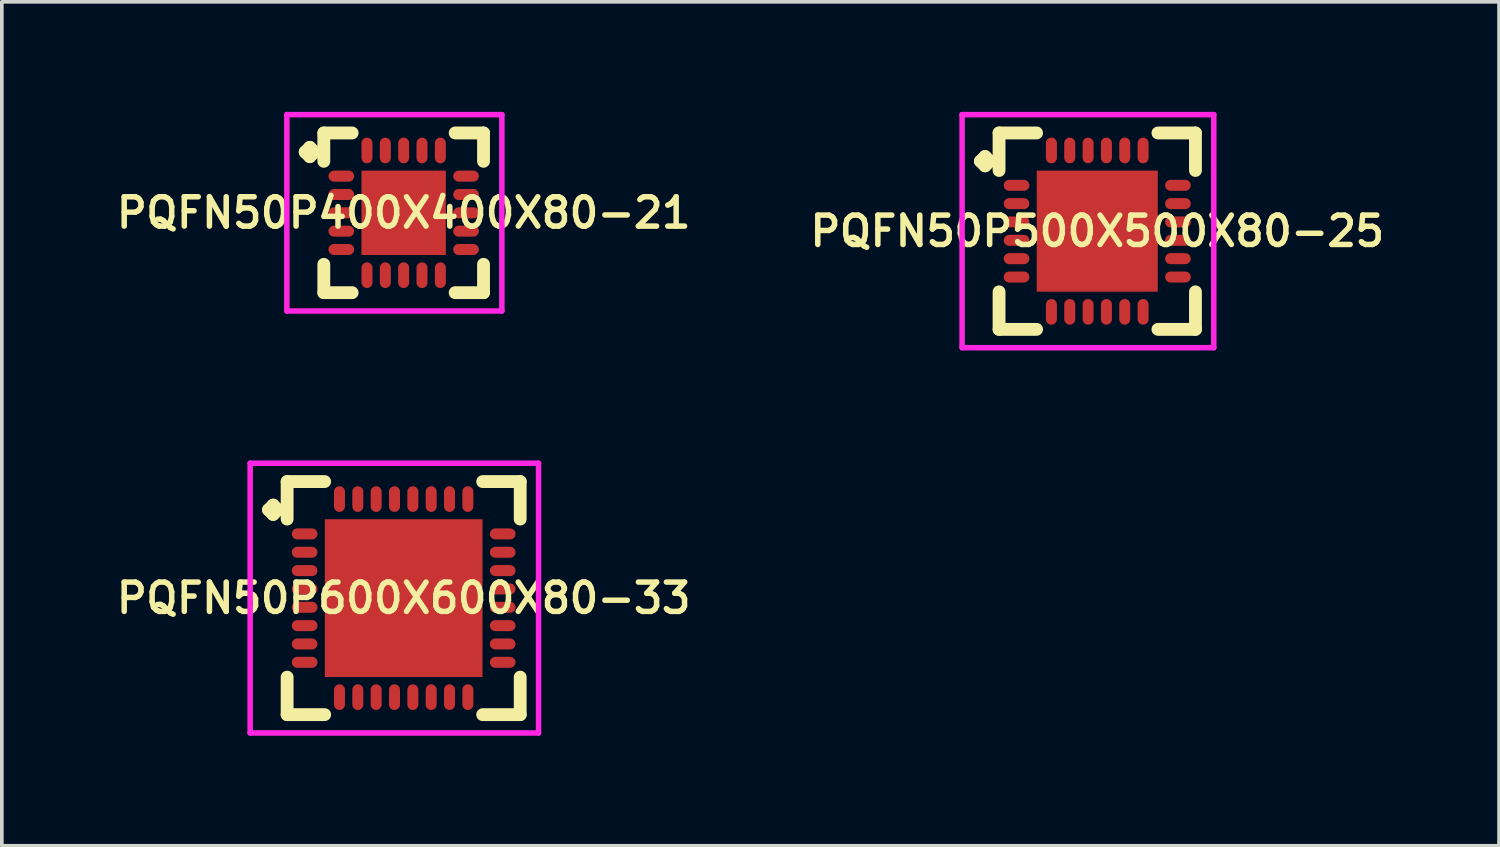
<source format=kicad_pcb>
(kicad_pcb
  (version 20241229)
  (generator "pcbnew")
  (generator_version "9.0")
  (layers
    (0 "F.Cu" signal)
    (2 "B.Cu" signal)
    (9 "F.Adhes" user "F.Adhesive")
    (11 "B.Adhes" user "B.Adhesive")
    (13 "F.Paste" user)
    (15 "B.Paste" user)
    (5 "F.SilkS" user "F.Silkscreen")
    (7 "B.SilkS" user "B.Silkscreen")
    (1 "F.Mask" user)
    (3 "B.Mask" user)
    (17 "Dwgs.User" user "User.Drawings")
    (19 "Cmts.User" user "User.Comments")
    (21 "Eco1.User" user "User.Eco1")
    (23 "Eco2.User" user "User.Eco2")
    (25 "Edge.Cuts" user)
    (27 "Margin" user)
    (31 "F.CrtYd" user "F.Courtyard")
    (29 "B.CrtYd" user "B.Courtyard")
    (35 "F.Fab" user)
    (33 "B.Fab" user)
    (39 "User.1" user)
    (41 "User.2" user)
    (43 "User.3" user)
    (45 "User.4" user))
  (footprint "PQFN50P400X400X80-21"
    (layer "F.Cu")
    (at 7.955 2.752)
    (property "Reference" "PQFN50P400X400X80-21" (at 0 0 0) (layer "F.SilkS") (effects (font (size 0.8 0.8) (thickness 0.15))))
    (attr smd)
    (fp_line (start -2.685 -1.658) (end -2.558 -1.785) (stroke (width 0.35) (type solid)) (layer "F.SilkS"))
    (fp_line (start -2.558 -1.785) (end -2.431 -1.658) (stroke (width 0.35) (type solid)) (layer "F.SilkS"))
    (fp_line (start -2.558 -1.531) (end -2.685 -1.658) (stroke (width 0.35) (type solid)) (layer "F.SilkS"))
    (fp_line (start -2.431 -1.658) (end -2.558 -1.531) (stroke (width 0.35) (type solid)) (layer "F.SilkS"))
    (fp_line (start -2.177 -2.177) (end -1.404 -2.177) (stroke (width 0.35) (type solid)) (layer "F.SilkS"))
    (fp_line (start -2.177 -1.404) (end -2.177 -2.177) (stroke (width 0.35) (type solid)) (layer "F.SilkS"))
    (fp_line (start -2.177 1.404) (end -2.177 2.177) (stroke (width 0.35) (type solid)) (layer "F.SilkS"))
    (fp_line (start -2.177 2.177) (end -1.404 2.177) (stroke (width 0.35) (type solid)) (layer "F.SilkS"))
    (fp_line (start 1.404 -2.177) (end 2.177 -2.177) (stroke (width 0.35) (type solid)) (layer "F.SilkS"))
    (fp_line (start 1.404 2.177) (end 2.177 2.177) (stroke (width 0.35) (type solid)) (layer "F.SilkS"))
    (fp_line (start 2.177 -2.177) (end 2.177 -1.404) (stroke (width 0.35) (type solid)) (layer "F.SilkS"))
    (fp_line (start 2.177 2.177) (end 2.177 1.404) (stroke (width 0.35) (type solid)) (layer "F.SilkS"))
    (fp_line (start -3.185 -2.677) (end 2.677 -2.677) (stroke (width 0.15) (type solid)) (layer "F.CrtYd"))
    (fp_line (start -3.185 2.677) (end -3.185 -2.677) (stroke (width 0.15) (type solid)) (layer "F.CrtYd"))
    (fp_line (start 2.677 -2.677) (end 2.677 2.677) (stroke (width 0.15) (type solid)) (layer "F.CrtYd"))
    (fp_line (start 2.677 2.677) (end -3.185 2.677) (stroke (width 0.15) (type solid)) (layer "F.CrtYd"))
    (pad "1" smd oval (at -1.7 -1) (size 0.7 0.3) (layers "F.Cu" "F.Mask" "F.Paste"))
    (pad "2" smd oval (at -1.7 -0.5) (size 0.7 0.3) (layers "F.Cu" "F.Mask" "F.Paste"))
    (pad "3" smd oval (at -1.7 0) (size 0.7 0.3) (layers "F.Cu" "F.Mask" "F.Paste"))
    (pad "4" smd oval (at -1.7 0.5) (size 0.7 0.3) (layers "F.Cu" "F.Mask" "F.Paste"))
    (pad "5" smd oval (at -1.7 1) (size 0.7 0.3) (layers "F.Cu" "F.Mask" "F.Paste"))
    (pad "6" smd oval (at -1 1.7) (size 0.3 0.7) (layers "F.Cu" "F.Mask" "F.Paste"))
    (pad "7" smd oval (at -0.5 1.7) (size 0.3 0.7) (layers "F.Cu" "F.Mask" "F.Paste"))
    (pad "8" smd oval (at 0 1.7) (size 0.3 0.7) (layers "F.Cu" "F.Mask" "F.Paste"))
    (pad "9" smd oval (at 0.5 1.7) (size 0.3 0.7) (layers "F.Cu" "F.Mask" "F.Paste"))
    (pad "10" smd oval (at 1 1.7) (size 0.3 0.7) (layers "F.Cu" "F.Mask" "F.Paste"))
    (pad "11" smd oval (at 1.7 1) (size 0.7 0.3) (layers "F.Cu" "F.Mask" "F.Paste"))
    (pad "12" smd oval (at 1.7 0.5) (size 0.7 0.3) (layers "F.Cu" "F.Mask" "F.Paste"))
    (pad "13" smd oval (at 1.7 0) (size 0.7 0.3) (layers "F.Cu" "F.Mask" "F.Paste"))
    (pad "14" smd oval (at 1.7 -0.5) (size 0.7 0.3) (layers "F.Cu" "F.Mask" "F.Paste"))
    (pad "15" smd oval (at 1.7 -1) (size 0.7 0.3) (layers "F.Cu" "F.Mask" "F.Paste"))
    (pad "16" smd oval (at 1 -1.7) (size 0.3 0.7) (layers "F.Cu" "F.Mask" "F.Paste"))
    (pad "17" smd oval (at 0.5 -1.7) (size 0.3 0.7) (layers "F.Cu" "F.Mask" "F.Paste"))
    (pad "18" smd oval (at 0 -1.7) (size 0.3 0.7) (layers "F.Cu" "F.Mask" "F.Paste"))
    (pad "19" smd oval (at -0.5 -1.7) (size 0.3 0.7) (layers "F.Cu" "F.Mask" "F.Paste"))
    (pad "20" smd oval (at -1 -1.7) (size 0.3 0.7) (layers "F.Cu" "F.Mask" "F.Paste"))
    (pad "21" smd rect (at 0 0) (size 2.3 2.3) (layers "F.Cu" "F.Mask" "F.Paste")))
  (footprint "PQFN50P500X500X80-25"
    (layer "F.Cu")
    (at 26.864 3.252)
    (property "Reference" "PQFN50P500X500X80-25" (at 0 0 0) (layer "F.SilkS") (effects (font (size 0.8 0.8) (thickness 0.15))))
    (attr smd)
    (fp_line (start -3.185 -1.908) (end -3.058 -2.035) (stroke (width 0.35) (type solid)) (layer "F.SilkS"))
    (fp_line (start -3.058 -2.035) (end -2.931 -1.908) (stroke (width 0.35) (type solid)) (layer "F.SilkS"))
    (fp_line (start -3.058 -1.781) (end -3.185 -1.908) (stroke (width 0.35) (type solid)) (layer "F.SilkS"))
    (fp_line (start -2.931 -1.908) (end -3.058 -1.781) (stroke (width 0.35) (type solid)) (layer "F.SilkS"))
    (fp_line (start -2.677 -2.677) (end -1.654 -2.677) (stroke (width 0.35) (type solid)) (layer "F.SilkS"))
    (fp_line (start -2.677 -1.654) (end -2.677 -2.677) (stroke (width 0.35) (type solid)) (layer "F.SilkS"))
    (fp_line (start -2.677 1.654) (end -2.677 2.677) (stroke (width 0.35) (type solid)) (layer "F.SilkS"))
    (fp_line (start -2.677 2.677) (end -1.654 2.677) (stroke (width 0.35) (type solid)) (layer "F.SilkS"))
    (fp_line (start 1.654 -2.677) (end 2.677 -2.677) (stroke (width 0.35) (type solid)) (layer "F.SilkS"))
    (fp_line (start 1.654 2.677) (end 2.677 2.677) (stroke (width 0.35) (type solid)) (layer "F.SilkS"))
    (fp_line (start 2.677 -2.677) (end 2.677 -1.654) (stroke (width 0.35) (type solid)) (layer "F.SilkS"))
    (fp_line (start 2.677 2.677) (end 2.677 1.654) (stroke (width 0.35) (type solid)) (layer "F.SilkS"))
    (fp_line (start -3.685 -3.177) (end 3.177 -3.177) (stroke (width 0.15) (type solid)) (layer "F.CrtYd"))
    (fp_line (start -3.685 3.177) (end -3.685 -3.177) (stroke (width 0.15) (type solid)) (layer "F.CrtYd"))
    (fp_line (start 3.177 -3.177) (end 3.177 3.177) (stroke (width 0.15) (type solid)) (layer "F.CrtYd"))
    (fp_line (start 3.177 3.177) (end -3.685 3.177) (stroke (width 0.15) (type solid)) (layer "F.CrtYd"))
    (pad "1" smd oval (at -2.2 -1.25) (size 0.7 0.3) (layers "F.Cu" "F.Mask" "F.Paste"))
    (pad "2" smd oval (at -2.2 -0.75) (size 0.7 0.3) (layers "F.Cu" "F.Mask" "F.Paste"))
    (pad "3" smd oval (at -2.2 -0.25) (size 0.7 0.3) (layers "F.Cu" "F.Mask" "F.Paste"))
    (pad "4" smd oval (at -2.2 0.25) (size 0.7 0.3) (layers "F.Cu" "F.Mask" "F.Paste"))
    (pad "5" smd oval (at -2.2 0.75) (size 0.7 0.3) (layers "F.Cu" "F.Mask" "F.Paste"))
    (pad "6" smd oval (at -2.2 1.25) (size 0.7 0.3) (layers "F.Cu" "F.Mask" "F.Paste"))
    (pad "7" smd oval (at -1.25 2.2) (size 0.3 0.7) (layers "F.Cu" "F.Mask" "F.Paste"))
    (pad "8" smd oval (at -0.75 2.2) (size 0.3 0.7) (layers "F.Cu" "F.Mask" "F.Paste"))
    (pad "9" smd oval (at -0.25 2.2) (size 0.3 0.7) (layers "F.Cu" "F.Mask" "F.Paste"))
    (pad "10" smd oval (at 0.25 2.2) (size 0.3 0.7) (layers "F.Cu" "F.Mask" "F.Paste"))
    (pad "11" smd oval (at 0.75 2.2) (size 0.3 0.7) (layers "F.Cu" "F.Mask" "F.Paste"))
    (pad "12" smd oval (at 1.25 2.2) (size 0.3 0.7) (layers "F.Cu" "F.Mask" "F.Paste"))
    (pad "13" smd oval (at 2.2 1.25) (size 0.7 0.3) (layers "F.Cu" "F.Mask" "F.Paste"))
    (pad "14" smd oval (at 2.2 0.75) (size 0.7 0.3) (layers "F.Cu" "F.Mask" "F.Paste"))
    (pad "15" smd oval (at 2.2 0.25) (size 0.7 0.3) (layers "F.Cu" "F.Mask" "F.Paste"))
    (pad "16" smd oval (at 2.2 -0.25) (size 0.7 0.3) (layers "F.Cu" "F.Mask" "F.Paste"))
    (pad "17" smd oval (at 2.2 -0.75) (size 0.7 0.3) (layers "F.Cu" "F.Mask" "F.Paste"))
    (pad "18" smd oval (at 2.2 -1.25) (size 0.7 0.3) (layers "F.Cu" "F.Mask" "F.Paste"))
    (pad "19" smd oval (at 1.25 -2.2) (size 0.3 0.7) (layers "F.Cu" "F.Mask" "F.Paste"))
    (pad "20" smd oval (at 0.75 -2.2) (size 0.3 0.7) (layers "F.Cu" "F.Mask" "F.Paste"))
    (pad "21" smd oval (at 0.25 -2.2) (size 0.3 0.7) (layers "F.Cu" "F.Mask" "F.Paste"))
    (pad "22" smd oval (at -0.25 -2.2) (size 0.3 0.7) (layers "F.Cu" "F.Mask" "F.Paste"))
    (pad "23" smd oval (at -0.75 -2.2) (size 0.3 0.7) (layers "F.Cu" "F.Mask" "F.Paste"))
    (pad "24" smd oval (at -1.25 -2.2) (size 0.3 0.7) (layers "F.Cu" "F.Mask" "F.Paste"))
    (pad "25" smd rect (at 0 0) (size 3.3 3.3) (layers "F.Cu" "F.Mask" "F.Paste")))
  (footprint "PQFN50P600X600X80-33"
    (layer "F.Cu")
    (at 7.955 13.256)
    (property "Reference" "PQFN50P600X600X80-33" (at 0 0 0) (layer "F.SilkS") (effects (font (size 0.8 0.8) (thickness 0.15))))
    (attr smd)
    (fp_line (start -3.685 -2.408) (end -3.558 -2.535) (stroke (width 0.35) (type solid)) (layer "F.SilkS"))
    (fp_line (start -3.558 -2.535) (end -3.431 -2.408) (stroke (width 0.35) (type solid)) (layer "F.SilkS"))
    (fp_line (start -3.558 -2.281) (end -3.685 -2.408) (stroke (width 0.35) (type solid)) (layer "F.SilkS"))
    (fp_line (start -3.431 -2.408) (end -3.558 -2.281) (stroke (width 0.35) (type solid)) (layer "F.SilkS"))
    (fp_line (start -3.177 -3.177) (end -2.154 -3.177) (stroke (width 0.35) (type solid)) (layer "F.SilkS"))
    (fp_line (start -3.177 -2.154) (end -3.177 -3.177) (stroke (width 0.35) (type solid)) (layer "F.SilkS"))
    (fp_line (start -3.177 2.154) (end -3.177 3.177) (stroke (width 0.35) (type solid)) (layer "F.SilkS"))
    (fp_line (start -3.177 3.177) (end -2.154 3.177) (stroke (width 0.35) (type solid)) (layer "F.SilkS"))
    (fp_line (start 2.154 -3.177) (end 3.177 -3.177) (stroke (width 0.35) (type solid)) (layer "F.SilkS"))
    (fp_line (start 2.154 3.177) (end 3.177 3.177) (stroke (width 0.35) (type solid)) (layer "F.SilkS"))
    (fp_line (start 3.177 -3.177) (end 3.177 -2.154) (stroke (width 0.35) (type solid)) (layer "F.SilkS"))
    (fp_line (start 3.177 3.177) (end 3.177 2.154) (stroke (width 0.35) (type solid)) (layer "F.SilkS"))
    (fp_line (start -4.185 -3.677) (end 3.677 -3.677) (stroke (width 0.15) (type solid)) (layer "F.CrtYd"))
    (fp_line (start -4.185 3.677) (end -4.185 -3.677) (stroke (width 0.15) (type solid)) (layer "F.CrtYd"))
    (fp_line (start 3.677 -3.677) (end 3.677 3.677) (stroke (width 0.15) (type solid)) (layer "F.CrtYd"))
    (fp_line (start 3.677 3.677) (end -4.185 3.677) (stroke (width 0.15) (type solid)) (layer "F.CrtYd"))
    (pad "1" smd oval (at -2.7 -1.75) (size 0.7 0.3) (layers "F.Cu" "F.Mask" "F.Paste"))
    (pad "2" smd oval (at -2.7 -1.25) (size 0.7 0.3) (layers "F.Cu" "F.Mask" "F.Paste"))
    (pad "3" smd oval (at -2.7 -0.75) (size 0.7 0.3) (layers "F.Cu" "F.Mask" "F.Paste"))
    (pad "4" smd oval (at -2.7 -0.25) (size 0.7 0.3) (layers "F.Cu" "F.Mask" "F.Paste"))
    (pad "5" smd oval (at -2.7 0.25) (size 0.7 0.3) (layers "F.Cu" "F.Mask" "F.Paste"))
    (pad "6" smd oval (at -2.7 0.75) (size 0.7 0.3) (layers "F.Cu" "F.Mask" "F.Paste"))
    (pad "7" smd oval (at -2.7 1.25) (size 0.7 0.3) (layers "F.Cu" "F.Mask" "F.Paste"))
    (pad "8" smd oval (at -2.7 1.75) (size 0.7 0.3) (layers "F.Cu" "F.Mask" "F.Paste"))
    (pad "9" smd oval (at -1.75 2.7) (size 0.3 0.7) (layers "F.Cu" "F.Mask" "F.Paste"))
    (pad "10" smd oval (at -1.25 2.7) (size 0.3 0.7) (layers "F.Cu" "F.Mask" "F.Paste"))
    (pad "11" smd oval (at -0.75 2.7) (size 0.3 0.7) (layers "F.Cu" "F.Mask" "F.Paste"))
    (pad "12" smd oval (at -0.25 2.7) (size 0.3 0.7) (layers "F.Cu" "F.Mask" "F.Paste"))
    (pad "13" smd oval (at 0.25 2.7) (size 0.3 0.7) (layers "F.Cu" "F.Mask" "F.Paste"))
    (pad "14" smd oval (at 0.75 2.7) (size 0.3 0.7) (layers "F.Cu" "F.Mask" "F.Paste"))
    (pad "15" smd oval (at 1.25 2.7) (size 0.3 0.7) (layers "F.Cu" "F.Mask" "F.Paste"))
    (pad "16" smd oval (at 1.75 2.7) (size 0.3 0.7) (layers "F.Cu" "F.Mask" "F.Paste"))
    (pad "17" smd oval (at 2.7 1.75) (size 0.7 0.3) (layers "F.Cu" "F.Mask" "F.Paste"))
    (pad "18" smd oval (at 2.7 1.25) (size 0.7 0.3) (layers "F.Cu" "F.Mask" "F.Paste"))
    (pad "19" smd oval (at 2.7 0.75) (size 0.7 0.3) (layers "F.Cu" "F.Mask" "F.Paste"))
    (pad "20" smd oval (at 2.7 0.25) (size 0.7 0.3) (layers "F.Cu" "F.Mask" "F.Paste"))
    (pad "21" smd oval (at 2.7 -0.25) (size 0.7 0.3) (layers "F.Cu" "F.Mask" "F.Paste"))
    (pad "22" smd oval (at 2.7 -0.75) (size 0.7 0.3) (layers "F.Cu" "F.Mask" "F.Paste"))
    (pad "23" smd oval (at 2.7 -1.25) (size 0.7 0.3) (layers "F.Cu" "F.Mask" "F.Paste"))
    (pad "24" smd oval (at 2.7 -1.75) (size 0.7 0.3) (layers "F.Cu" "F.Mask" "F.Paste"))
    (pad "25" smd oval (at 1.75 -2.7) (size 0.3 0.7) (layers "F.Cu" "F.Mask" "F.Paste"))
    (pad "26" smd oval (at 1.25 -2.7) (size 0.3 0.7) (layers "F.Cu" "F.Mask" "F.Paste"))
    (pad "27" smd oval (at 0.75 -2.7) (size 0.3 0.7) (layers "F.Cu" "F.Mask" "F.Paste"))
    (pad "28" smd oval (at 0.25 -2.7) (size 0.3 0.7) (layers "F.Cu" "F.Mask" "F.Paste"))
    (pad "29" smd oval (at -0.25 -2.7) (size 0.3 0.7) (layers "F.Cu" "F.Mask" "F.Paste"))
    (pad "30" smd oval (at -0.75 -2.7) (size 0.3 0.7) (layers "F.Cu" "F.Mask" "F.Paste"))
    (pad "31" smd oval (at -1.25 -2.7) (size 0.3 0.7) (layers "F.Cu" "F.Mask" "F.Paste"))
    (pad "32" smd oval (at -1.75 -2.7) (size 0.3 0.7) (layers "F.Cu" "F.Mask" "F.Paste"))
    (pad "33" smd rect (at 0 0) (size 4.3 4.3) (layers "F.Cu" "F.Mask" "F.Paste")))
  (gr_rect
    (start -3 -3)
    (end 37.818 20.008)
    (stroke (width 0.1) (type default))
    (fill no)
    (layer "Edge.Cuts")))
</source>
